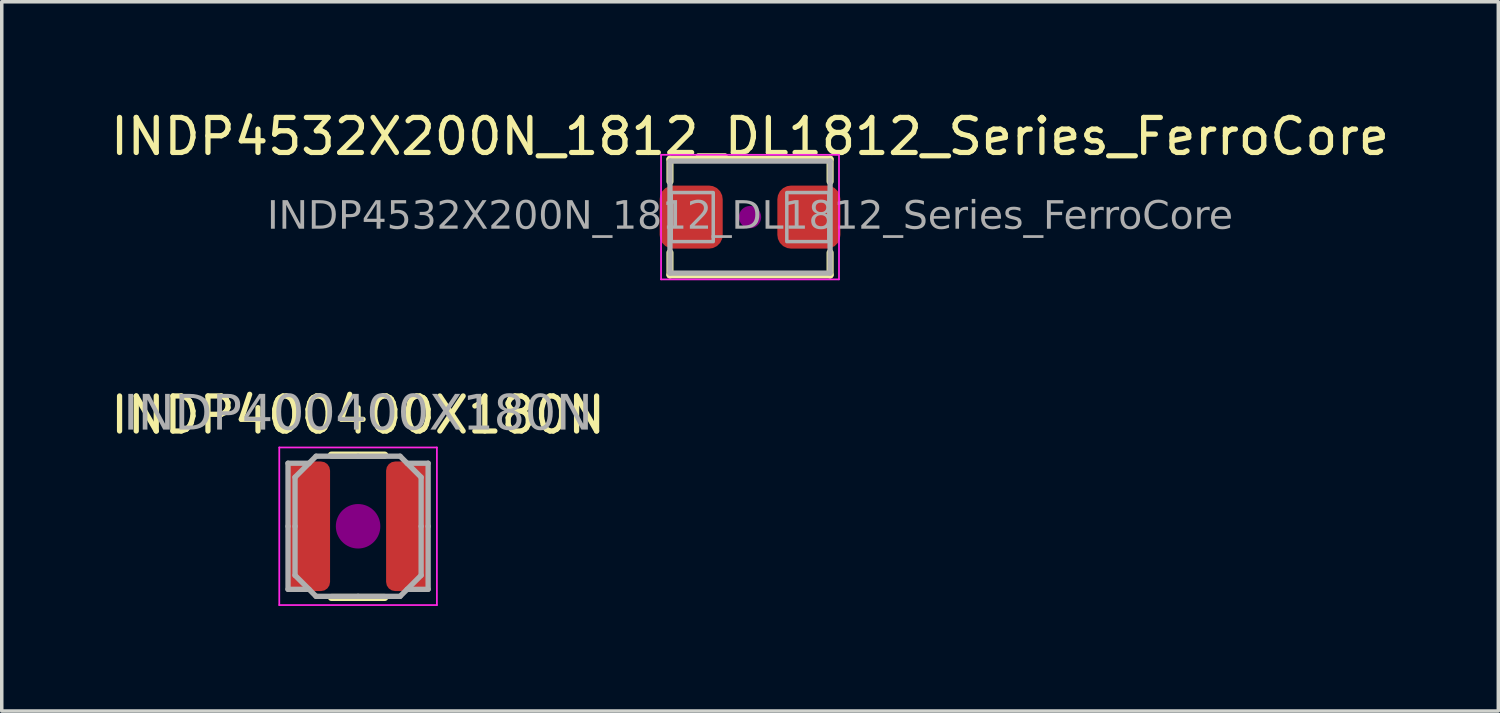
<source format=kicad_pcb>
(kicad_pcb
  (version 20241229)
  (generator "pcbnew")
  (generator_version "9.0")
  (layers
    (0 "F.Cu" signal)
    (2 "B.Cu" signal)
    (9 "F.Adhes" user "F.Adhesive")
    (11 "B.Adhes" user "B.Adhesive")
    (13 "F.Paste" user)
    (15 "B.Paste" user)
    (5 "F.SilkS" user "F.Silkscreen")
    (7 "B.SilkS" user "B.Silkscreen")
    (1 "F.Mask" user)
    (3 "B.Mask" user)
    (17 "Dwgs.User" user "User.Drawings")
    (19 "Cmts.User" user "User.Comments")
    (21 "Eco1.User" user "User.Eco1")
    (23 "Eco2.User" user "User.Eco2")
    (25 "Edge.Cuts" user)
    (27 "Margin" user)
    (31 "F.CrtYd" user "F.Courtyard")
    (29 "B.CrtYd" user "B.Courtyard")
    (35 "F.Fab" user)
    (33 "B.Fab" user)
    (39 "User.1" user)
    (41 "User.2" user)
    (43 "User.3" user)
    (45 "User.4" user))
  (footprint "INDP400400X180N"
    (layer "F.Cu")
    (at 7.173 11.975)
    (property "Reference" "INDP400400X180N" (at 0 -3.175 0) (layer "F.SilkS") (effects (font (size 1 1) (thickness 0.15))))
    (attr smd)
    (fp_line (start -0.762 -2.032) (end 0.762 -2.032) (stroke (width 0.203) (type solid)) (layer "F.SilkS"))
    (fp_line (start -0.762 2.032) (end 0.762 2.032) (stroke (width 0.203) (type solid)) (layer "F.SilkS"))
    (fp_circle (center 0 0) (end -0.635 0) (stroke (width 0) (type solid)) (fill yes) (layer "F.Adhes"))
    (fp_line (start -2.25 2.25) (end -2.25 -2.25) (stroke (width 0.05) (type solid)) (layer "F.CrtYd"))
    (fp_line (start -2.25 2.25) (end 2.25 2.25) (stroke (width 0.05) (type solid)) (layer "F.CrtYd"))
    (fp_line (start 2.25 -2.25) (end -2.25 -2.25) (stroke (width 0.05) (type solid)) (layer "F.CrtYd"))
    (fp_line (start 2.25 -2.25) (end 2.25 2.25) (stroke (width 0.05) (type solid)) (layer "F.CrtYd"))
    (fp_line (start -2 -1.8) (end -2 0) (stroke (width 0.152) (type default)) (layer "F.Fab"))
    (fp_line (start -2 -1.8) (end -1.4 -1.8) (stroke (width 0.152) (type default)) (layer "F.Fab"))
    (fp_line (start -2 1.8) (end -2 0) (stroke (width 0.152) (type default)) (layer "F.Fab"))
    (fp_line (start -2 1.8) (end -1.4 1.8) (stroke (width 0.152) (type default)) (layer "F.Fab"))
    (fp_line (start -1.8 -1.4) (end -1.8 0) (stroke (width 0.152) (type default)) (layer "F.Fab"))
    (fp_line (start -1.8 -1.4) (end -1.2 -2) (stroke (width 0.152) (type default)) (layer "F.Fab"))
    (fp_line (start -1.8 1.4) (end -1.8 0) (stroke (width 0.152) (type default)) (layer "F.Fab"))
    (fp_line (start -1.8 1.4) (end -1.2 2) (stroke (width 0.152) (type default)) (layer "F.Fab"))
    (fp_line (start 0 -2) (end -1.2 -2) (stroke (width 0.152) (type default)) (layer "F.Fab"))
    (fp_line (start 0 -2) (end 1.2 -2) (stroke (width 0.152) (type default)) (layer "F.Fab"))
    (fp_line (start 0 2) (end -1.2 2) (stroke (width 0.152) (type default)) (layer "F.Fab"))
    (fp_line (start 0 2) (end 1.2 2) (stroke (width 0.152) (type default)) (layer "F.Fab"))
    (fp_line (start 1.8 -1.4) (end 1.2 -2) (stroke (width 0.152) (type default)) (layer "F.Fab"))
    (fp_line (start 1.8 -1.4) (end 1.8 0) (stroke (width 0.152) (type default)) (layer "F.Fab"))
    (fp_line (start 1.8 1.4) (end 1.2 2) (stroke (width 0.152) (type default)) (layer "F.Fab"))
    (fp_line (start 1.8 1.4) (end 1.8 0) (stroke (width 0.152) (type default)) (layer "F.Fab"))
    (fp_line (start 2 -1.8) (end 1.4 -1.8) (stroke (width 0.152) (type default)) (layer "F.Fab"))
    (fp_line (start 2 -1.8) (end 2 0) (stroke (width 0.152) (type default)) (layer "F.Fab"))
    (fp_line (start 2 1.8) (end 1.4 1.8) (stroke (width 0.152) (type default)) (layer "F.Fab"))
    (fp_line (start 2 1.8) (end 2 0) (stroke (width 0.152) (type default)) (layer "F.Fab"))
    (fp_text user "${REFERENCE}" (at 0 -3.175 180) (layer "F.Fab") (effects (font (face "Tahoma") (size 1 1) (thickness 0.12))))
    (pad "1" smd roundrect (at -1.4 0) (size 1.2 3.7) (layers "F.Cu" "F.Mask" "F.Paste") (roundrect_rratio 0.217))
    (pad "2" smd roundrect (at 1.4 0) (size 1.2 3.7) (layers "F.Cu" "F.Mask" "F.Paste") (roundrect_rratio 0.217)))
  (footprint "INDP4532X200N_1812_DL1812_Series_FerroCore"
    (layer "F.Cu")
    (at 18.363 3.148)
    (property "Reference" "INDP4532X200N_1812_DL1812_Series_FerroCore" (at 0 -2.3 0) (layer "F.SilkS") (effects (font (size 1 1) (thickness 0.15))))
    (attr smd)
    (fp_line (start -2.286 -1.651) (end -2.286 -1.016) (stroke (width 0.203) (type solid)) (layer "F.SilkS"))
    (fp_line (start -2.286 -1.651) (end 2.286 -1.651) (stroke (width 0.203) (type solid)) (layer "F.SilkS"))
    (fp_line (start -2.286 1.016) (end -2.286 1.651) (stroke (width 0.203) (type solid)) (layer "F.SilkS"))
    (fp_line (start -2.286 1.651) (end 2.286 1.651) (stroke (width 0.203) (type solid)) (layer "F.SilkS"))
    (fp_line (start 2.286 -1.651) (end 2.286 -1.016) (stroke (width 0.203) (type solid)) (layer "F.SilkS"))
    (fp_line (start 2.286 1.016) (end 2.286 1.651) (stroke (width 0.203) (type solid)) (layer "F.SilkS"))
    (fp_circle (center 0 0) (end 0.318 0) (stroke (width 0) (type solid)) (fill yes) (layer "F.Adhes"))
    (fp_line (start -2.54 -1.778) (end 2.54 -1.778) (stroke (width 0.05) (type solid)) (layer "F.CrtYd"))
    (fp_line (start -2.54 1.778) (end -2.54 -1.778) (stroke (width 0.05) (type solid)) (layer "F.CrtYd"))
    (fp_line (start 2.54 -1.778) (end 2.54 1.778) (stroke (width 0.05) (type solid)) (layer "F.CrtYd"))
    (fp_line (start 2.54 1.778) (end -2.54 1.778) (stroke (width 0.05) (type solid)) (layer "F.CrtYd"))
    (fp_line (start -2.286 -1.6) (end 2.286 -1.6) (stroke (width 0.152) (type solid)) (layer "F.Fab"))
    (fp_line (start -2.286 1.6) (end -2.286 -1.6) (stroke (width 0.152) (type solid)) (layer "F.Fab"))
    (fp_line (start 2.286 -1.6) (end 2.286 1.6) (stroke (width 0.152) (type solid)) (layer "F.Fab"))
    (fp_line (start 2.286 1.6) (end -2.286 1.6) (stroke (width 0.152) (type solid)) (layer "F.Fab"))
    (fp_rect (start -2.25 -0.7) (end -1.05 0.7) (stroke (width 0.1) (type solid)) (fill no) (layer "F.Fab"))
    (fp_rect (start 1.05 -0.7) (end 2.25 0.7) (stroke (width 0.1) (type solid)) (fill no) (layer "F.Fab"))
    (fp_text user "${REFERENCE}" (at 0 0 0) (layer "F.Fab") (effects (font (face "Tahoma") (size 0.8 0.8) (thickness 0.12))))
    (pad "1" smd roundrect (at -1.68 0) (size 1.8 1.8) (layers "F.Cu" "F.Mask" "F.Paste") (roundrect_rratio 0.217))
    (pad "2" smd roundrect (at 1.68 0) (size 1.8 1.8) (layers "F.Cu" "F.Mask" "F.Paste") (roundrect_rratio 0.217)))
  (gr_rect
    (start -3 -3)
    (end 39.726 17.25)
    (stroke (width 0.1) (type default))
    (fill no)
    (layer "Edge.Cuts")))
</source>
